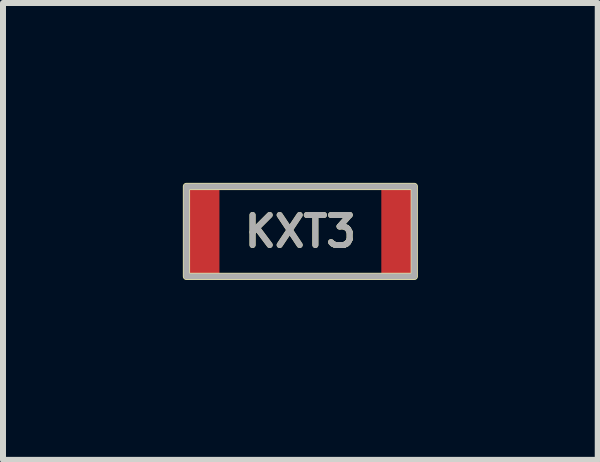
<source format=kicad_pcb>
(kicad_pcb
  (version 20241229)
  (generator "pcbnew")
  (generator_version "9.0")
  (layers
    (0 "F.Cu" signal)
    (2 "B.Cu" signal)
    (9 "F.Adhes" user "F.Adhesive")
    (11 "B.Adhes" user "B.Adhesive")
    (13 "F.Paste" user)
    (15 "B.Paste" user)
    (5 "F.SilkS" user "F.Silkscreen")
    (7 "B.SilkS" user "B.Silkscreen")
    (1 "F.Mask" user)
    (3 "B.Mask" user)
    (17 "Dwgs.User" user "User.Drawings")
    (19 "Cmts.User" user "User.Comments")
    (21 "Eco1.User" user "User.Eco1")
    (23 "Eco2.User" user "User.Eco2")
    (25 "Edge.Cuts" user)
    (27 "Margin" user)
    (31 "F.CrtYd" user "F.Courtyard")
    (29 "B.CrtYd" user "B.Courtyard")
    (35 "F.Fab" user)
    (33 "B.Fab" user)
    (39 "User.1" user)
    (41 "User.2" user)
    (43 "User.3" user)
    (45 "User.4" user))
  (footprint "KXT3"
    (layer "F.Cu")
    (at 1.96 0.81)
    (property "Reference" "KXT3" (at 0 0 0) (unlocked yes) (layer "F.SilkS") (effects (font (size 0.5 0.5) (thickness 0.1))))
    (attr smd)
    (fp_rect (start -1.9 -0.75) (end 1.9 0.75) (stroke (width 0.12) (type solid)) (fill no) (layer "F.SilkS"))
    (fp_rect (start -1.9 -0.75) (end 1.9 0.75) (stroke (width 0.1) (type solid)) (fill no) (layer "F.Fab"))
    (fp_text user "${REFERENCE}" (at 0 0 0) (unlocked yes) (layer "F.Fab") (effects (font (size 0.5 0.5) (thickness 0.1))))
    (pad "1" smd roundrect (at -1.625 0) (size 0.55 1.5) (layers "F.Cu" "F.Mask" "F.Paste") (roundrect_rratio 0.1))
    (pad "2" smd roundrect (at 1.625 0) (size 0.55 1.5) (layers "F.Cu" "F.Mask" "F.Paste") (roundrect_rratio 0.1)))
  (gr_rect
    (start -3 -3)
    (end 6.92 4.62)
    (stroke (width 0.1) (type default))
    (fill no)
    (layer "Edge.Cuts")))
</source>
